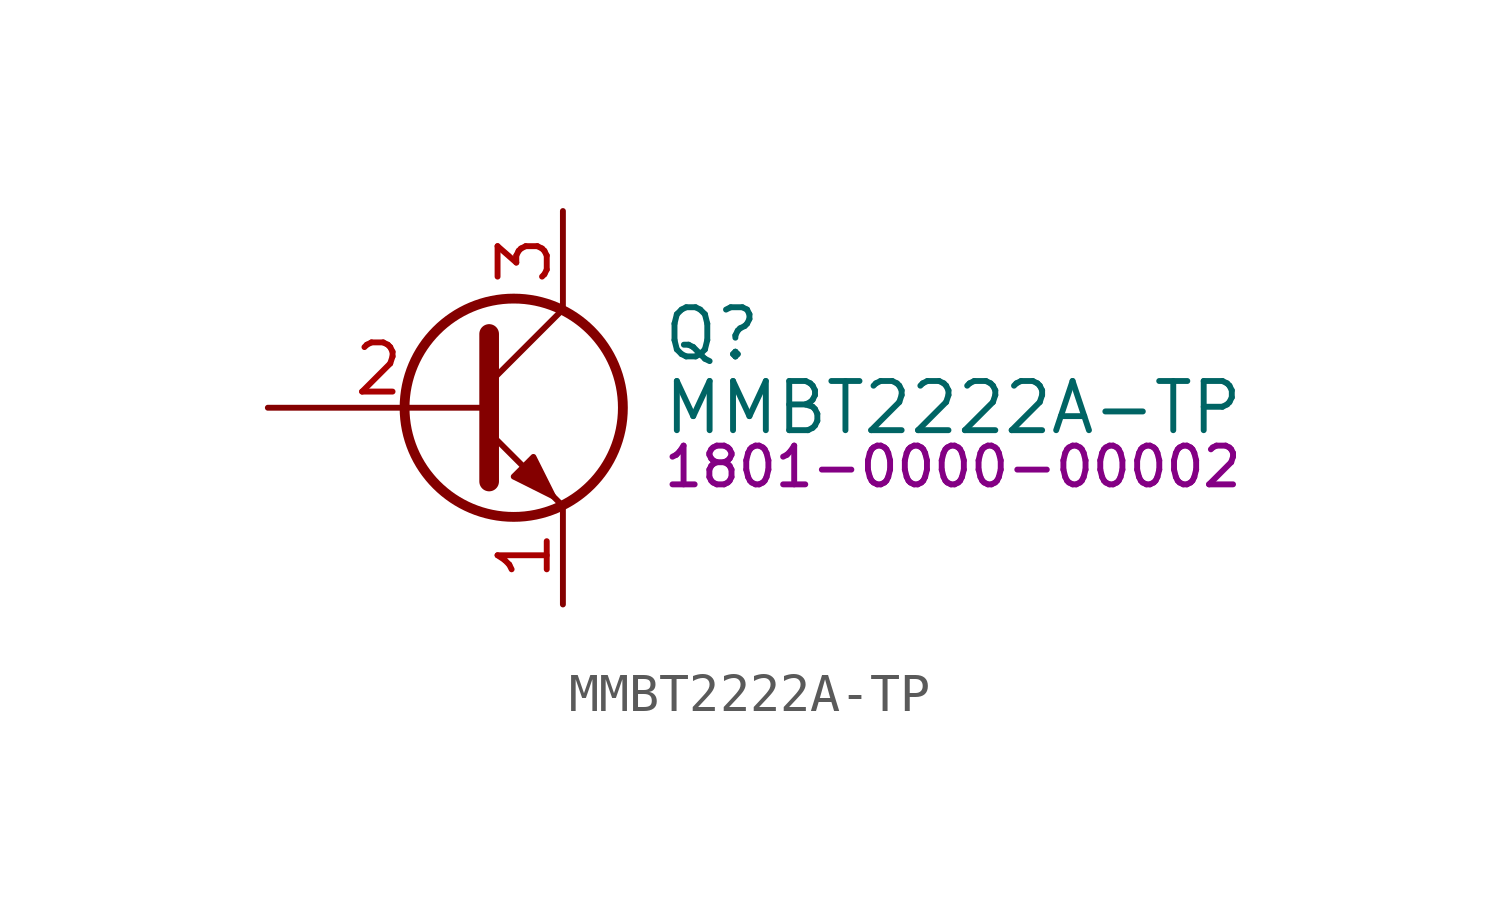
<source format=kicad_sym>
(kicad_symbol_lib
  (version 20231120)
  (generator "kicad_symbol_editor")
  (generator_version "8.0")
  (symbol "MMBT2222A-TP"
    (pin_names
      (offset 0) hide)
    (property "Reference" "Q"
      (at 5.08 1.905 0)
      (effects (font (size 1.27 1.27)) (justify left)))
    (property "Value" "MMBT2222A-TP"
      (at 5.08 0 0)
      (effects (font (size 1.27 1.27)) (justify left)))
    (property "PartNumber" "1801-0000-00002"
      (at 5.08 -1.524 0)
      (effects (font (size 1 1)) (justify left)))
    (symbol "MMBT2222A-TP_0_1"
      (polyline (pts (xy 0.635 0.635) (xy 2.54 2.54)) (stroke (width 0) (type default)) (fill (type none)))
      (polyline (pts (xy 0.635 -0.635) (xy 2.54 -2.54) (xy 2.54 -2.54)) (stroke (width 0) (type default)) (fill (type none)))
      (polyline (pts (xy 0.635 1.905) (xy 0.635 -1.905) (xy 0.635 -1.905)) (stroke (width 0.508) (type default)) (fill (type none)))
      (polyline (pts (xy 1.27 -1.778) (xy 1.778 -1.27) (xy 2.286 -2.286) (xy 1.27 -1.778) (xy 1.27 -1.778)) (stroke (width 0) (type default)) (fill (type outline)))
      (circle (center 1.27 0) (radius 2.819) (stroke (width 0.254) (type default)) (fill (type none))))
    (symbol "MMBT2222A-TP_1_1"
      (pin passive line (at 2.54 -5.08 90) (length 2.54) (name "E" (effects (font (size 1.27 1.27)))) (number "1" (effects (font (size 1.27 1.27)))))
      (pin passive line (at -5.08 0 0) (length 5.715) (name "B" (effects (font (size 1.27 1.27)))) (number "2" (effects (font (size 1.27 1.27)))))
      (pin passive line (at 2.54 5.08 270) (length 2.54) (name "C" (effects (font (size 1.27 1.27)))) (number "3" (effects (font (size 1.27 1.27))))))))
</source>
